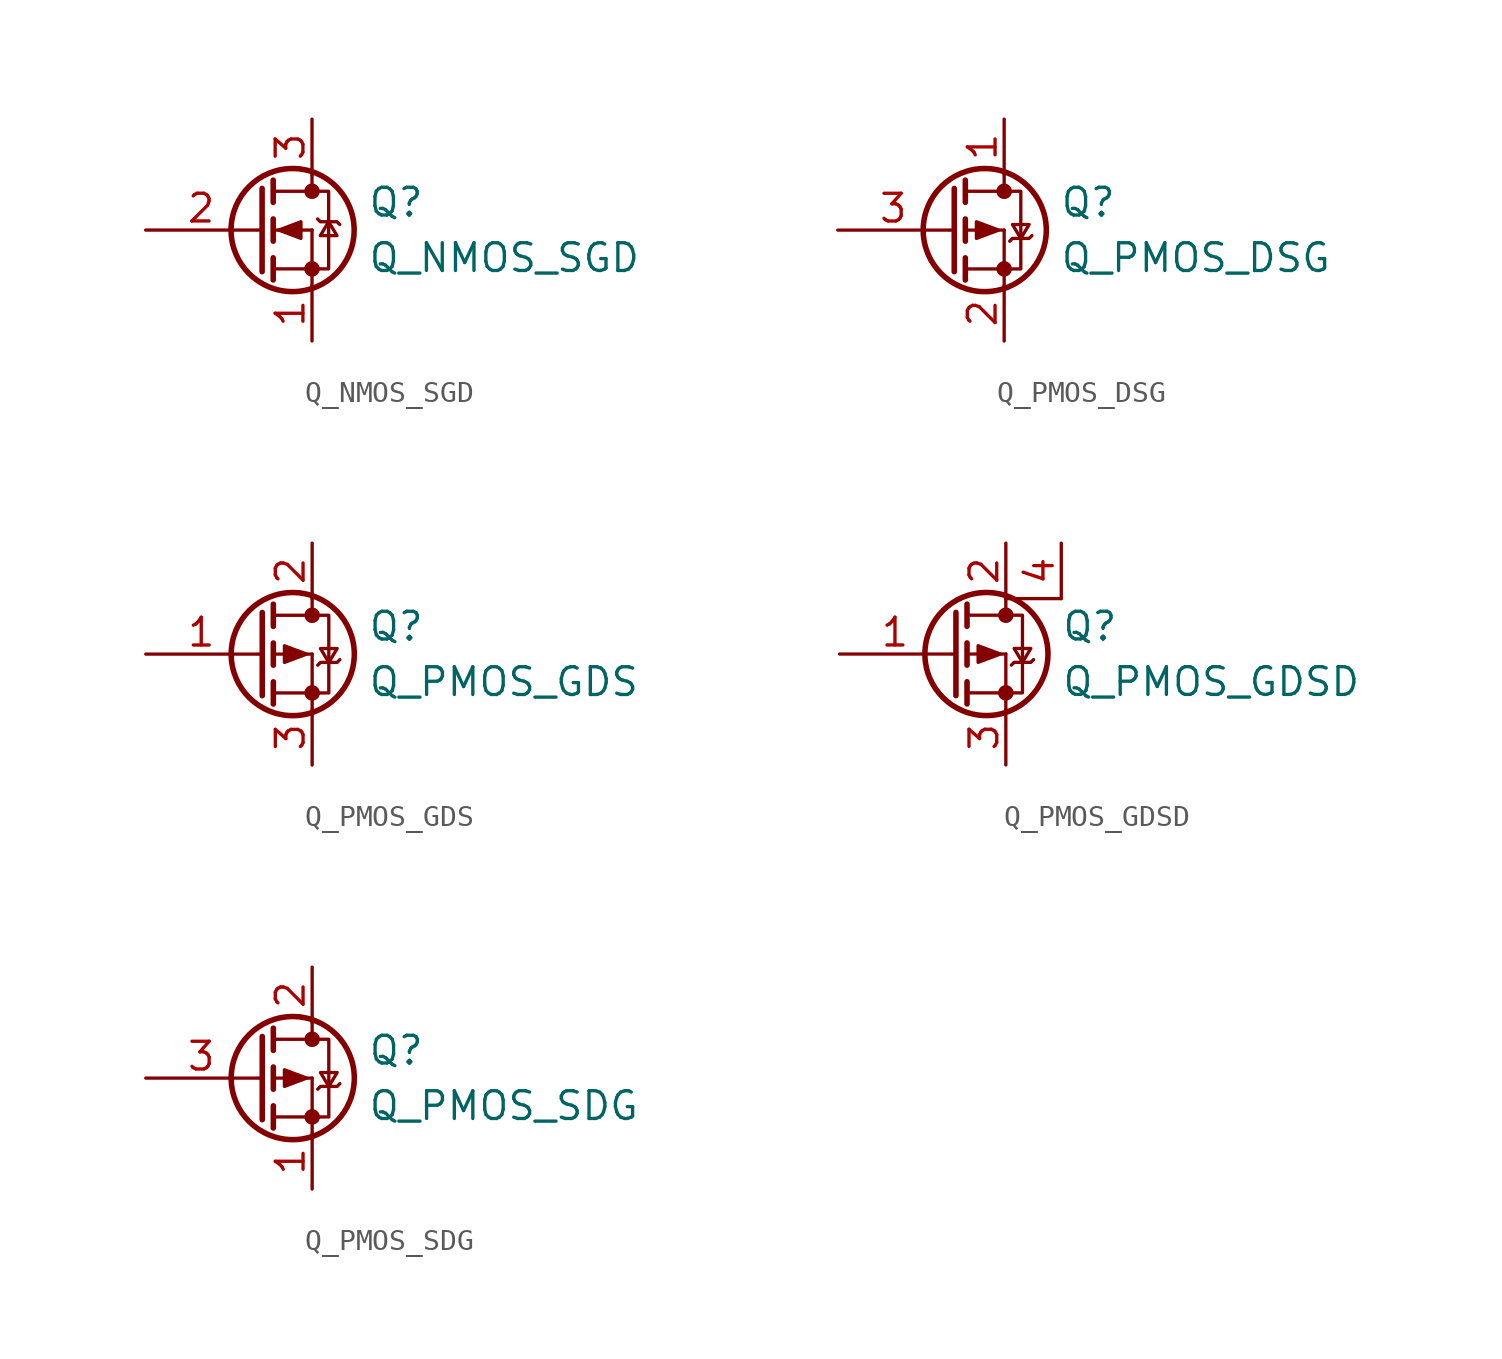
<source format=kicad_sym>
(kicad_symbol_lib
  (version 20211014)
  (generator kicad_symbol_editor)
  (symbol "Q_NMOS_SGD"
    (pin_names
      (offset 0) hide)
    (property "Reference" "Q"
      (at 5.08 1.27 0)
      (effects (font (size 1.27 1.27)) (justify left)))
    (property "Value" "Q_NMOS_SGD"
      (at 5.08 -1.27 0)
      (effects (font (size 1.27 1.27)) (justify left)))
    (symbol "Q_NMOS_SGD_0_1"
      (polyline (pts (xy 0.051 0) (xy 0.254 0)) (stroke (width 0) (type default) (color 0 0 0 0)) (fill (type none)))
      (polyline (pts (xy 0.762 -1.778) (xy 2.54 -1.778)) (stroke (width 0) (type default) (color 0 0 0 0)) (fill (type none)))
      (polyline (pts (xy 0.762 -1.27) (xy 0.762 -2.286)) (stroke (width 0.254) (type default) (color 0 0 0 0)) (fill (type none)))
      (polyline (pts (xy 0.762 0) (xy 2.54 0)) (stroke (width 0) (type default) (color 0 0 0 0)) (fill (type none)))
      (polyline (pts (xy 0.762 0.508) (xy 0.762 -0.508)) (stroke (width 0.254) (type default) (color 0 0 0 0)) (fill (type none)))
      (polyline (pts (xy 0.762 1.778) (xy 2.54 1.778)) (stroke (width 0) (type default) (color 0 0 0 0)) (fill (type none)))
      (polyline (pts (xy 0.762 2.286) (xy 0.762 1.27)) (stroke (width 0.254) (type default) (color 0 0 0 0)) (fill (type none)))
      (polyline (pts (xy 2.54 -1.778) (xy 2.54 -2.54)) (stroke (width 0) (type default) (color 0 0 0 0)) (fill (type none)))
      (polyline (pts (xy 2.54 -1.778) (xy 2.54 0)) (stroke (width 0) (type default) (color 0 0 0 0)) (fill (type none)))
      (polyline (pts (xy 2.54 2.54) (xy 2.54 1.778)) (stroke (width 0) (type default) (color 0 0 0 0)) (fill (type none)))
      (polyline (pts (xy 0.254 1.905) (xy 0.254 -1.905) (xy 0.254 -1.905)) (stroke (width 0.254) (type default) (color 0 0 0 0)) (fill (type none)))
      (polyline (pts (xy 1.016 0) (xy 2.032 0.381) (xy 2.032 -0.381) (xy 1.016 0)) (stroke (width 0) (type default) (color 0 0 0 0)) (fill (type outline)))
      (polyline (pts (xy 2.54 -1.778) (xy 3.302 -1.778) (xy 3.302 1.778) (xy 2.54 1.778)) (stroke (width 0) (type default) (color 0 0 0 0)) (fill (type none)))
      (polyline (pts (xy 2.794 0.508) (xy 2.921 0.381) (xy 3.683 0.381) (xy 3.81 0.254)) (stroke (width 0) (type default) (color 0 0 0 0)) (fill (type none)))
      (polyline (pts (xy 3.302 0.381) (xy 2.921 -0.254) (xy 3.683 -0.254) (xy 3.302 0.381)) (stroke (width 0) (type default) (color 0 0 0 0)) (fill (type none)))
      (circle (center 1.651 0) (radius 2.819) (stroke (width 0.254) (type default) (color 0 0 0 0)) (fill (type none)))
      (circle (center 2.54 -1.778) (radius 0.279) (stroke (width 0) (type default) (color 0 0 0 0)) (fill (type outline)))
      (circle (center 2.54 1.778) (radius 0.279) (stroke (width 0) (type default) (color 0 0 0 0)) (fill (type outline))))
    (symbol "Q_NMOS_SGD_1_1"
      (pin passive line (at 2.54 -5.08 90) (length 2.54) (name "S" (effects (font (size 1.27 1.27)))) (number "1" (effects (font (size 1.27 1.27)))))
      (pin input line (at -5.08 0 0) (length 5.08) (name "G" (effects (font (size 1.27 1.27)))) (number "2" (effects (font (size 1.27 1.27)))))
      (pin passive line (at 2.54 5.08 270) (length 2.54) (name "D" (effects (font (size 1.27 1.27)))) (number "3" (effects (font (size 1.27 1.27)))))))
  (symbol "Q_PMOS_DSG"
    (pin_names
      (offset 0) hide)
    (property "Reference" "Q"
      (at 5.08 1.27 0)
      (effects (font (size 1.27 1.27)) (justify left)))
    (property "Value" "Q_PMOS_DSG"
      (at 5.08 -1.27 0)
      (effects (font (size 1.27 1.27)) (justify left)))
    (symbol "Q_PMOS_DSG_0_1"
      (polyline (pts (xy 0.051 0) (xy 0.254 0)) (stroke (width 0) (type default) (color 0 0 0 0)) (fill (type none)))
      (polyline (pts (xy 0.762 -1.778) (xy 2.54 -1.778)) (stroke (width 0) (type default) (color 0 0 0 0)) (fill (type none)))
      (polyline (pts (xy 0.762 -1.27) (xy 0.762 -2.286)) (stroke (width 0.254) (type default) (color 0 0 0 0)) (fill (type none)))
      (polyline (pts (xy 0.762 0) (xy 2.54 0)) (stroke (width 0) (type default) (color 0 0 0 0)) (fill (type none)))
      (polyline (pts (xy 0.762 0.508) (xy 0.762 -0.508)) (stroke (width 0.254) (type default) (color 0 0 0 0)) (fill (type none)))
      (polyline (pts (xy 0.762 1.778) (xy 2.54 1.778)) (stroke (width 0) (type default) (color 0 0 0 0)) (fill (type none)))
      (polyline (pts (xy 0.762 2.286) (xy 0.762 1.27)) (stroke (width 0.254) (type default) (color 0 0 0 0)) (fill (type none)))
      (polyline (pts (xy 2.54 -1.778) (xy 2.54 -2.54)) (stroke (width 0) (type default) (color 0 0 0 0)) (fill (type none)))
      (polyline (pts (xy 2.54 -1.778) (xy 2.54 0)) (stroke (width 0) (type default) (color 0 0 0 0)) (fill (type none)))
      (polyline (pts (xy 2.54 2.54) (xy 2.54 1.778)) (stroke (width 0) (type default) (color 0 0 0 0)) (fill (type none)))
      (polyline (pts (xy 0.254 1.905) (xy 0.254 -1.905) (xy 0.254 -1.905)) (stroke (width 0.254) (type default) (color 0 0 0 0)) (fill (type none)))
      (polyline (pts (xy 2.286 0) (xy 1.27 -0.381) (xy 1.27 0.381) (xy 2.286 0)) (stroke (width 0) (type default) (color 0 0 0 0)) (fill (type outline)))
      (polyline (pts (xy 2.54 -1.778) (xy 3.302 -1.778) (xy 3.302 1.778) (xy 2.54 1.778)) (stroke (width 0) (type default) (color 0 0 0 0)) (fill (type none)))
      (polyline (pts (xy 2.794 -0.508) (xy 2.921 -0.381) (xy 3.683 -0.381) (xy 3.81 -0.254)) (stroke (width 0) (type default) (color 0 0 0 0)) (fill (type none)))
      (polyline (pts (xy 3.302 -0.381) (xy 2.921 0.254) (xy 3.683 0.254) (xy 3.302 -0.381)) (stroke (width 0) (type default) (color 0 0 0 0)) (fill (type none)))
      (circle (center 1.651 0) (radius 2.819) (stroke (width 0.254) (type default) (color 0 0 0 0)) (fill (type none)))
      (circle (center 2.54 -1.778) (radius 0.279) (stroke (width 0) (type default) (color 0 0 0 0)) (fill (type outline)))
      (circle (center 2.54 1.778) (radius 0.279) (stroke (width 0) (type default) (color 0 0 0 0)) (fill (type outline))))
    (symbol "Q_PMOS_DSG_1_1"
      (pin passive line (at 2.54 5.08 270) (length 2.54) (name "D" (effects (font (size 1.27 1.27)))) (number "1" (effects (font (size 1.27 1.27)))))
      (pin passive line (at 2.54 -5.08 90) (length 2.54) (name "S" (effects (font (size 1.27 1.27)))) (number "2" (effects (font (size 1.27 1.27)))))
      (pin input line (at -5.08 0 0) (length 5.08) (name "G" (effects (font (size 1.27 1.27)))) (number "3" (effects (font (size 1.27 1.27)))))))
  (symbol "Q_PMOS_GDS"
    (pin_names
      (offset 0) hide)
    (property "Reference" "Q"
      (at 5.08 1.27 0)
      (effects (font (size 1.27 1.27)) (justify left)))
    (property "Value" "Q_PMOS_GDS"
      (at 5.08 -1.27 0)
      (effects (font (size 1.27 1.27)) (justify left)))
    (symbol "Q_PMOS_GDS_0_1"
      (polyline (pts (xy 0.051 0) (xy 0.254 0)) (stroke (width 0) (type default) (color 0 0 0 0)) (fill (type none)))
      (polyline (pts (xy 0.762 -1.778) (xy 2.54 -1.778)) (stroke (width 0) (type default) (color 0 0 0 0)) (fill (type none)))
      (polyline (pts (xy 0.762 -1.27) (xy 0.762 -2.286)) (stroke (width 0.254) (type default) (color 0 0 0 0)) (fill (type none)))
      (polyline (pts (xy 0.762 0) (xy 2.54 0)) (stroke (width 0) (type default) (color 0 0 0 0)) (fill (type none)))
      (polyline (pts (xy 0.762 0.508) (xy 0.762 -0.508)) (stroke (width 0.254) (type default) (color 0 0 0 0)) (fill (type none)))
      (polyline (pts (xy 0.762 1.778) (xy 2.54 1.778)) (stroke (width 0) (type default) (color 0 0 0 0)) (fill (type none)))
      (polyline (pts (xy 0.762 2.286) (xy 0.762 1.27)) (stroke (width 0.254) (type default) (color 0 0 0 0)) (fill (type none)))
      (polyline (pts (xy 2.54 -1.778) (xy 2.54 -2.54)) (stroke (width 0) (type default) (color 0 0 0 0)) (fill (type none)))
      (polyline (pts (xy 2.54 -1.778) (xy 2.54 0)) (stroke (width 0) (type default) (color 0 0 0 0)) (fill (type none)))
      (polyline (pts (xy 2.54 2.54) (xy 2.54 1.778)) (stroke (width 0) (type default) (color 0 0 0 0)) (fill (type none)))
      (polyline (pts (xy 0.254 1.905) (xy 0.254 -1.905) (xy 0.254 -1.905)) (stroke (width 0.254) (type default) (color 0 0 0 0)) (fill (type none)))
      (polyline (pts (xy 2.286 0) (xy 1.27 -0.381) (xy 1.27 0.381) (xy 2.286 0)) (stroke (width 0) (type default) (color 0 0 0 0)) (fill (type outline)))
      (polyline (pts (xy 2.54 -1.778) (xy 3.302 -1.778) (xy 3.302 1.778) (xy 2.54 1.778)) (stroke (width 0) (type default) (color 0 0 0 0)) (fill (type none)))
      (polyline (pts (xy 2.794 -0.508) (xy 2.921 -0.381) (xy 3.683 -0.381) (xy 3.81 -0.254)) (stroke (width 0) (type default) (color 0 0 0 0)) (fill (type none)))
      (polyline (pts (xy 3.302 -0.381) (xy 2.921 0.254) (xy 3.683 0.254) (xy 3.302 -0.381)) (stroke (width 0) (type default) (color 0 0 0 0)) (fill (type none)))
      (circle (center 1.651 0) (radius 2.819) (stroke (width 0.254) (type default) (color 0 0 0 0)) (fill (type none)))
      (circle (center 2.54 -1.778) (radius 0.279) (stroke (width 0) (type default) (color 0 0 0 0)) (fill (type outline)))
      (circle (center 2.54 1.778) (radius 0.279) (stroke (width 0) (type default) (color 0 0 0 0)) (fill (type outline))))
    (symbol "Q_PMOS_GDS_1_1"
      (pin input line (at -5.08 0 0) (length 5.08) (name "G" (effects (font (size 1.27 1.27)))) (number "1" (effects (font (size 1.27 1.27)))))
      (pin passive line (at 2.54 5.08 270) (length 2.54) (name "D" (effects (font (size 1.27 1.27)))) (number "2" (effects (font (size 1.27 1.27)))))
      (pin passive line (at 2.54 -5.08 90) (length 2.54) (name "S" (effects (font (size 1.27 1.27)))) (number "3" (effects (font (size 1.27 1.27)))))))
  (symbol "Q_PMOS_GDSD"
    (pin_names
      (offset 0) hide)
    (property "Reference" "Q"
      (at 5.08 1.27 0)
      (effects (font (size 1.27 1.27)) (justify left)))
    (property "Value" "Q_PMOS_GDSD"
      (at 5.08 -1.27 0)
      (effects (font (size 1.27 1.27)) (justify left)))
    (symbol "Q_PMOS_GDSD_0_1"
      (polyline (pts (xy 0.051 0) (xy 0.254 0)) (stroke (width 0) (type default) (color 0 0 0 0)) (fill (type none)))
      (polyline (pts (xy 0.762 -1.778) (xy 2.54 -1.778)) (stroke (width 0) (type default) (color 0 0 0 0)) (fill (type none)))
      (polyline (pts (xy 0.762 -1.27) (xy 0.762 -2.286)) (stroke (width 0.254) (type default) (color 0 0 0 0)) (fill (type none)))
      (polyline (pts (xy 0.762 0) (xy 2.54 0)) (stroke (width 0) (type default) (color 0 0 0 0)) (fill (type none)))
      (polyline (pts (xy 0.762 0.508) (xy 0.762 -0.508)) (stroke (width 0.254) (type default) (color 0 0 0 0)) (fill (type none)))
      (polyline (pts (xy 0.762 1.778) (xy 2.54 1.778)) (stroke (width 0) (type default) (color 0 0 0 0)) (fill (type none)))
      (polyline (pts (xy 0.762 2.286) (xy 0.762 1.27)) (stroke (width 0.254) (type default) (color 0 0 0 0)) (fill (type none)))
      (polyline (pts (xy 2.54 -1.778) (xy 2.54 -2.54)) (stroke (width 0) (type default) (color 0 0 0 0)) (fill (type none)))
      (polyline (pts (xy 2.54 -1.778) (xy 2.54 0)) (stroke (width 0) (type default) (color 0 0 0 0)) (fill (type none)))
      (polyline (pts (xy 2.54 2.54) (xy 2.54 1.778)) (stroke (width 0) (type default) (color 0 0 0 0)) (fill (type none)))
      (polyline (pts (xy 5.08 2.54) (xy 2.54 2.54)) (stroke (width 0) (type default) (color 0 0 0 0)) (fill (type none)))
      (polyline (pts (xy 0.254 1.905) (xy 0.254 -1.905) (xy 0.254 -1.905)) (stroke (width 0.254) (type default) (color 0 0 0 0)) (fill (type none)))
      (polyline (pts (xy 2.286 0) (xy 1.27 -0.381) (xy 1.27 0.381) (xy 2.286 0)) (stroke (width 0) (type default) (color 0 0 0 0)) (fill (type outline)))
      (polyline (pts (xy 2.54 -1.778) (xy 3.302 -1.778) (xy 3.302 1.778) (xy 2.54 1.778)) (stroke (width 0) (type default) (color 0 0 0 0)) (fill (type none)))
      (polyline (pts (xy 2.794 -0.508) (xy 2.921 -0.381) (xy 3.683 -0.381) (xy 3.81 -0.254)) (stroke (width 0) (type default) (color 0 0 0 0)) (fill (type none)))
      (polyline (pts (xy 3.302 -0.381) (xy 2.921 0.254) (xy 3.683 0.254) (xy 3.302 -0.381)) (stroke (width 0) (type default) (color 0 0 0 0)) (fill (type none)))
      (circle (center 1.651 0) (radius 2.819) (stroke (width 0.254) (type default) (color 0 0 0 0)) (fill (type none)))
      (circle (center 2.54 -1.778) (radius 0.279) (stroke (width 0) (type default) (color 0 0 0 0)) (fill (type outline)))
      (circle (center 2.54 1.778) (radius 0.279) (stroke (width 0) (type default) (color 0 0 0 0)) (fill (type outline))))
    (symbol "Q_PMOS_GDSD_1_1"
      (pin input line (at -5.08 0 0) (length 5.08) (name "G" (effects (font (size 1.27 1.27)))) (number "1" (effects (font (size 1.27 1.27)))))
      (pin passive line (at 2.54 5.08 270) (length 2.54) (name "D" (effects (font (size 1.27 1.27)))) (number "2" (effects (font (size 1.27 1.27)))))
      (pin passive line (at 2.54 -5.08 90) (length 2.54) (name "S" (effects (font (size 1.27 1.27)))) (number "3" (effects (font (size 1.27 1.27)))))
      (pin passive line (at 5.08 5.08 270) (length 2.54) (name "D" (effects (font (size 1.27 1.27)))) (number "4" (effects (font (size 1.27 1.27)))))))
  (symbol "Q_PMOS_SDG"
    (pin_names
      (offset 0) hide)
    (property "Reference" "Q"
      (at 5.08 1.27 0)
      (effects (font (size 1.27 1.27)) (justify left)))
    (property "Value" "Q_PMOS_SDG"
      (at 5.08 -1.27 0)
      (effects (font (size 1.27 1.27)) (justify left)))
    (symbol "Q_PMOS_SDG_0_1"
      (polyline (pts (xy 0.051 0) (xy 0.254 0)) (stroke (width 0) (type default) (color 0 0 0 0)) (fill (type none)))
      (polyline (pts (xy 0.762 -1.778) (xy 2.54 -1.778)) (stroke (width 0) (type default) (color 0 0 0 0)) (fill (type none)))
      (polyline (pts (xy 0.762 -1.27) (xy 0.762 -2.286)) (stroke (width 0.254) (type default) (color 0 0 0 0)) (fill (type none)))
      (polyline (pts (xy 0.762 0) (xy 2.54 0)) (stroke (width 0) (type default) (color 0 0 0 0)) (fill (type none)))
      (polyline (pts (xy 0.762 0.508) (xy 0.762 -0.508)) (stroke (width 0.254) (type default) (color 0 0 0 0)) (fill (type none)))
      (polyline (pts (xy 0.762 1.778) (xy 2.54 1.778)) (stroke (width 0) (type default) (color 0 0 0 0)) (fill (type none)))
      (polyline (pts (xy 0.762 2.286) (xy 0.762 1.27)) (stroke (width 0.254) (type default) (color 0 0 0 0)) (fill (type none)))
      (polyline (pts (xy 2.54 -1.778) (xy 2.54 -2.54)) (stroke (width 0) (type default) (color 0 0 0 0)) (fill (type none)))
      (polyline (pts (xy 2.54 -1.778) (xy 2.54 0)) (stroke (width 0) (type default) (color 0 0 0 0)) (fill (type none)))
      (polyline (pts (xy 2.54 2.54) (xy 2.54 1.778)) (stroke (width 0) (type default) (color 0 0 0 0)) (fill (type none)))
      (polyline (pts (xy 0.254 1.905) (xy 0.254 -1.905) (xy 0.254 -1.905)) (stroke (width 0.254) (type default) (color 0 0 0 0)) (fill (type none)))
      (polyline (pts (xy 2.286 0) (xy 1.27 -0.381) (xy 1.27 0.381) (xy 2.286 0)) (stroke (width 0) (type default) (color 0 0 0 0)) (fill (type outline)))
      (polyline (pts (xy 2.54 -1.778) (xy 3.302 -1.778) (xy 3.302 1.778) (xy 2.54 1.778)) (stroke (width 0) (type default) (color 0 0 0 0)) (fill (type none)))
      (polyline (pts (xy 2.794 -0.508) (xy 2.921 -0.381) (xy 3.683 -0.381) (xy 3.81 -0.254)) (stroke (width 0) (type default) (color 0 0 0 0)) (fill (type none)))
      (polyline (pts (xy 3.302 -0.381) (xy 2.921 0.254) (xy 3.683 0.254) (xy 3.302 -0.381)) (stroke (width 0) (type default) (color 0 0 0 0)) (fill (type none)))
      (circle (center 1.651 0) (radius 2.819) (stroke (width 0.254) (type default) (color 0 0 0 0)) (fill (type none)))
      (circle (center 2.54 -1.778) (radius 0.279) (stroke (width 0) (type default) (color 0 0 0 0)) (fill (type outline)))
      (circle (center 2.54 1.778) (radius 0.279) (stroke (width 0) (type default) (color 0 0 0 0)) (fill (type outline))))
    (symbol "Q_PMOS_SDG_1_1"
      (pin passive line (at 2.54 -5.08 90) (length 2.54) (name "S" (effects (font (size 1.27 1.27)))) (number "1" (effects (font (size 1.27 1.27)))))
      (pin passive line (at 2.54 5.08 270) (length 2.54) (name "D" (effects (font (size 1.27 1.27)))) (number "2" (effects (font (size 1.27 1.27)))))
      (pin input line (at -5.08 0 0) (length 5.08) (name "G" (effects (font (size 1.27 1.27)))) (number "3" (effects (font (size 1.27 1.27))))))))
</source>
